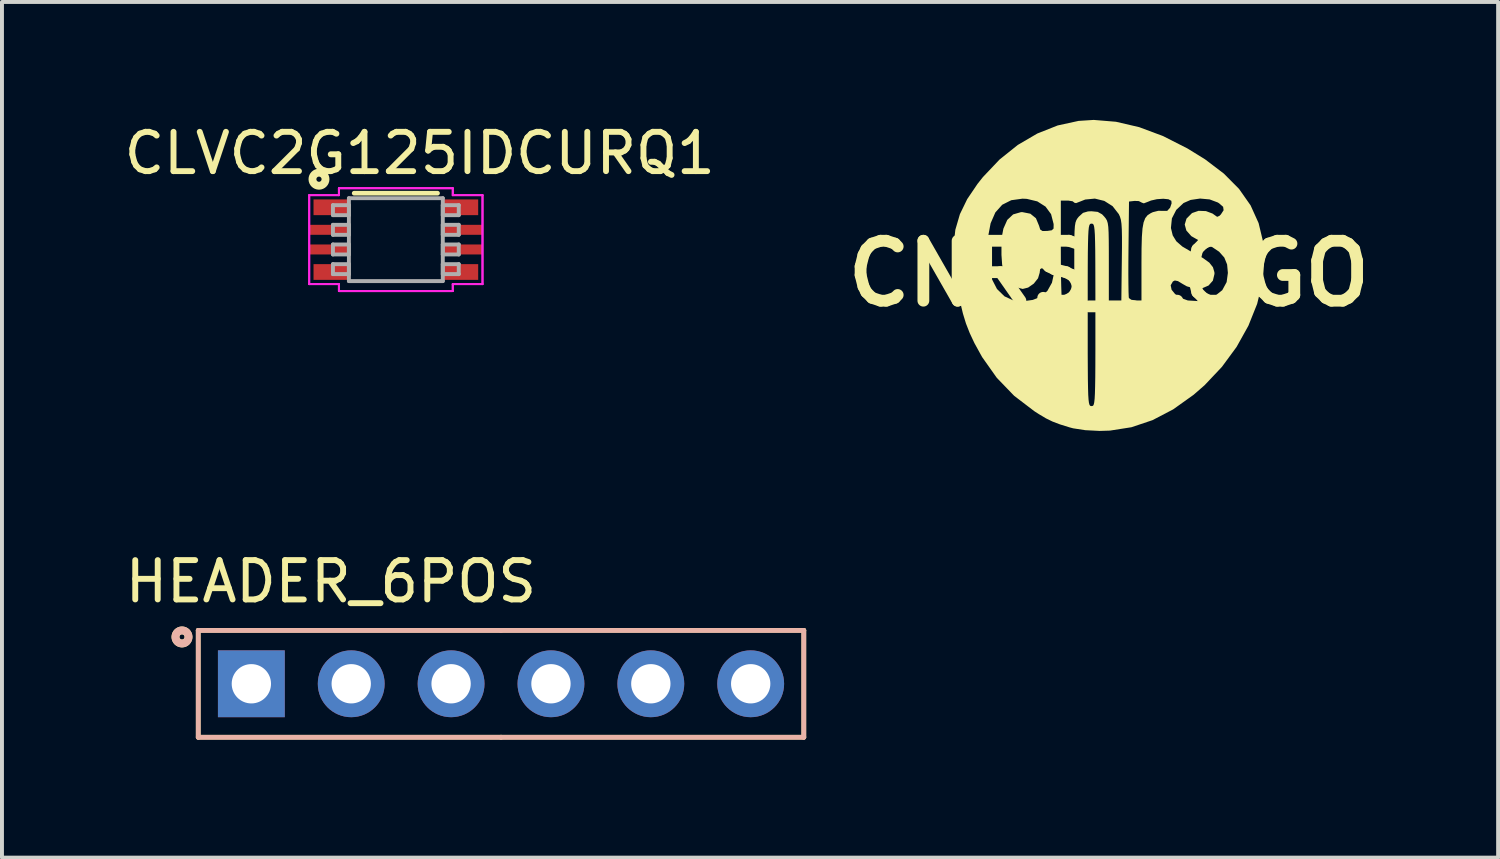
<source format=kicad_pcb>
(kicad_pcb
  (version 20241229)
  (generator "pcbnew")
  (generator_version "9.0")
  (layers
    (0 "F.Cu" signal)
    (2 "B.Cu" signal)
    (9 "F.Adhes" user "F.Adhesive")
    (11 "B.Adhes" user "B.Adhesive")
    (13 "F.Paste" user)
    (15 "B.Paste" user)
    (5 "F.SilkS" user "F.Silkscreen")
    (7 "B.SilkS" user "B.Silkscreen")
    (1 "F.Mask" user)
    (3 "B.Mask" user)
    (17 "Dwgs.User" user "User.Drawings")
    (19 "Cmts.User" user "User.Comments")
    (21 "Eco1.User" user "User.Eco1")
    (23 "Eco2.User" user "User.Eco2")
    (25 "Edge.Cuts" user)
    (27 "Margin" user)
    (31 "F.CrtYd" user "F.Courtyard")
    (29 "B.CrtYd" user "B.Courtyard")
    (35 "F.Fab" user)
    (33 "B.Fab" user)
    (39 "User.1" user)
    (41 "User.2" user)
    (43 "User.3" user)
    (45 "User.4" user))
  (footprint "CLVC2G125IDCURQ1"
    (layer "F.Cu")
    (at 7.018 3.045)
    (property "Reference" "CLVC2G125IDCURQ1" (at 0.607 -2.197 0) (layer "F.SilkS") (effects (font (size 1 1) (thickness 0.15))))
    (attr smd)
    (fp_line (start 1.059 -1.181) (end -1.059 -1.181) (stroke (width 0.12) (type solid)) (layer "F.SilkS"))
    (fp_circle (center -1.955 -1.537) (end -1.889 -1.537) (stroke (width 0.2) (type solid)) (fill no) (layer "F.SilkS"))
    (fp_line (start -2.204 -1.131) (end -1.448 -1.131) (stroke (width 0.05) (type solid)) (layer "F.CrtYd"))
    (fp_line (start -2.204 -1.131) (end -1.448 -1.131) (stroke (width 0.05) (type solid)) (layer "F.CrtYd"))
    (fp_line (start -2.204 1.131) (end -2.204 -1.131) (stroke (width 0.05) (type solid)) (layer "F.CrtYd"))
    (fp_line (start -2.204 1.131) (end -2.204 -1.131) (stroke (width 0.05) (type solid)) (layer "F.CrtYd"))
    (fp_line (start -2.204 1.131) (end -1.448 1.131) (stroke (width 0.05) (type solid)) (layer "F.CrtYd"))
    (fp_line (start -1.448 -1.308) (end 1.448 -1.308) (stroke (width 0.05) (type solid)) (layer "F.CrtYd"))
    (fp_line (start -1.448 -1.308) (end 1.448 -1.308) (stroke (width 0.05) (type solid)) (layer "F.CrtYd"))
    (fp_line (start -1.448 -1.131) (end -1.448 -1.308) (stroke (width 0.05) (type solid)) (layer "F.CrtYd"))
    (fp_line (start -1.448 -1.131) (end -1.448 -1.308) (stroke (width 0.05) (type solid)) (layer "F.CrtYd"))
    (fp_line (start -1.448 1.131) (end -2.204 1.131) (stroke (width 0.05) (type solid)) (layer "F.CrtYd"))
    (fp_line (start -1.448 1.308) (end -1.448 1.131) (stroke (width 0.05) (type solid)) (layer "F.CrtYd"))
    (fp_line (start -1.448 1.308) (end -1.448 1.131) (stroke (width 0.05) (type solid)) (layer "F.CrtYd"))
    (fp_line (start 1.448 -1.308) (end 1.448 -1.131) (stroke (width 0.05) (type solid)) (layer "F.CrtYd"))
    (fp_line (start 1.448 -1.308) (end 1.448 -1.131) (stroke (width 0.05) (type solid)) (layer "F.CrtYd"))
    (fp_line (start 1.448 -1.131) (end 2.204 -1.131) (stroke (width 0.05) (type solid)) (layer "F.CrtYd"))
    (fp_line (start 1.448 1.131) (end 1.448 1.308) (stroke (width 0.05) (type solid)) (layer "F.CrtYd"))
    (fp_line (start 1.448 1.131) (end 1.448 1.308) (stroke (width 0.05) (type solid)) (layer "F.CrtYd"))
    (fp_line (start 1.448 1.308) (end -1.448 1.308) (stroke (width 0.05) (type solid)) (layer "F.CrtYd"))
    (fp_line (start 1.448 1.308) (end -1.448 1.308) (stroke (width 0.05) (type solid)) (layer "F.CrtYd"))
    (fp_line (start 2.204 -1.131) (end 1.448 -1.131) (stroke (width 0.05) (type solid)) (layer "F.CrtYd"))
    (fp_line (start 2.204 -1.131) (end 2.204 1.131) (stroke (width 0.05) (type solid)) (layer "F.CrtYd"))
    (fp_line (start 2.204 -1.131) (end 2.204 1.131) (stroke (width 0.05) (type solid)) (layer "F.CrtYd"))
    (fp_line (start 2.204 1.131) (end 1.448 1.131) (stroke (width 0.05) (type solid)) (layer "F.CrtYd"))
    (fp_line (start 2.204 1.131) (end 1.448 1.131) (stroke (width 0.05) (type solid)) (layer "F.CrtYd"))
    (fp_line (start -1.6 -0.877) (end -1.6 -0.623) (stroke (width 0.1) (type solid)) (layer "F.Fab"))
    (fp_line (start -1.6 -0.623) (end -1.194 -0.623) (stroke (width 0.1) (type solid)) (layer "F.Fab"))
    (fp_line (start -1.6 -0.377) (end -1.6 -0.123) (stroke (width 0.1) (type solid)) (layer "F.Fab"))
    (fp_line (start -1.6 -0.123) (end -1.194 -0.123) (stroke (width 0.1) (type solid)) (layer "F.Fab"))
    (fp_line (start -1.6 0.123) (end -1.6 0.377) (stroke (width 0.1) (type solid)) (layer "F.Fab"))
    (fp_line (start -1.6 0.377) (end -1.194 0.377) (stroke (width 0.1) (type solid)) (layer "F.Fab"))
    (fp_line (start -1.6 0.623) (end -1.6 0.877) (stroke (width 0.1) (type solid)) (layer "F.Fab"))
    (fp_line (start -1.6 0.877) (end -1.194 0.877) (stroke (width 0.1) (type solid)) (layer "F.Fab"))
    (fp_line (start -1.194 -1.054) (end -1.194 1.054) (stroke (width 0.1) (type solid)) (layer "F.Fab"))
    (fp_line (start -1.194 -0.877) (end -1.6 -0.877) (stroke (width 0.1) (type solid)) (layer "F.Fab"))
    (fp_line (start -1.194 -0.623) (end -1.194 -0.877) (stroke (width 0.1) (type solid)) (layer "F.Fab"))
    (fp_line (start -1.194 -0.377) (end -1.6 -0.377) (stroke (width 0.1) (type solid)) (layer "F.Fab"))
    (fp_line (start -1.194 -0.123) (end -1.194 -0.377) (stroke (width 0.1) (type solid)) (layer "F.Fab"))
    (fp_line (start -1.194 0.123) (end -1.6 0.123) (stroke (width 0.1) (type solid)) (layer "F.Fab"))
    (fp_line (start -1.194 0.377) (end -1.194 0.123) (stroke (width 0.1) (type solid)) (layer "F.Fab"))
    (fp_line (start -1.194 0.623) (end -1.6 0.623) (stroke (width 0.1) (type solid)) (layer "F.Fab"))
    (fp_line (start -1.194 0.877) (end -1.194 0.623) (stroke (width 0.1) (type solid)) (layer "F.Fab"))
    (fp_line (start -1.194 1.054) (end 1.194 1.054) (stroke (width 0.1) (type solid)) (layer "F.Fab"))
    (fp_line (start 1.194 -1.054) (end -1.194 -1.054) (stroke (width 0.1) (type solid)) (layer "F.Fab"))
    (fp_line (start 1.194 -0.877) (end 1.194 -0.623) (stroke (width 0.1) (type solid)) (layer "F.Fab"))
    (fp_line (start 1.194 -0.623) (end 1.6 -0.623) (stroke (width 0.1) (type solid)) (layer "F.Fab"))
    (fp_line (start 1.194 -0.377) (end 1.194 -0.123) (stroke (width 0.1) (type solid)) (layer "F.Fab"))
    (fp_line (start 1.194 -0.123) (end 1.6 -0.123) (stroke (width 0.1) (type solid)) (layer "F.Fab"))
    (fp_line (start 1.194 0.123) (end 1.194 0.377) (stroke (width 0.1) (type solid)) (layer "F.Fab"))
    (fp_line (start 1.194 0.377) (end 1.6 0.377) (stroke (width 0.1) (type solid)) (layer "F.Fab"))
    (fp_line (start 1.194 0.623) (end 1.194 0.877) (stroke (width 0.1) (type solid)) (layer "F.Fab"))
    (fp_line (start 1.194 0.877) (end 1.6 0.877) (stroke (width 0.1) (type solid)) (layer "F.Fab"))
    (fp_line (start 1.194 1.054) (end 1.194 -1.054) (stroke (width 0.1) (type solid)) (layer "F.Fab"))
    (fp_line (start 1.6 -0.877) (end 1.194 -0.877) (stroke (width 0.1) (type solid)) (layer "F.Fab"))
    (fp_line (start 1.6 -0.623) (end 1.6 -0.877) (stroke (width 0.1) (type solid)) (layer "F.Fab"))
    (fp_line (start 1.6 -0.377) (end 1.194 -0.377) (stroke (width 0.1) (type solid)) (layer "F.Fab"))
    (fp_line (start 1.6 -0.123) (end 1.6 -0.377) (stroke (width 0.1) (type solid)) (layer "F.Fab"))
    (fp_line (start 1.6 0.123) (end 1.194 0.123) (stroke (width 0.1) (type solid)) (layer "F.Fab"))
    (fp_line (start 1.6 0.377) (end 1.6 0.123) (stroke (width 0.1) (type solid)) (layer "F.Fab"))
    (fp_line (start 1.6 0.623) (end 1.194 0.623) (stroke (width 0.1) (type solid)) (layer "F.Fab"))
    (fp_line (start 1.6 0.877) (end 1.6 0.623) (stroke (width 0.1) (type solid)) (layer "F.Fab"))
    (pad "1" smd rect (at -1.644 -0.823) (size 0.9 0.4) (layers "F.Cu" "F.Mask" "F.Paste"))
    (pad "2" smd rect (at -1.694 -0.25) (size 1 0.254) (layers "F.Cu" "F.Mask" "F.Paste"))
    (pad "3" smd rect (at -1.694 0.25) (size 1 0.254) (layers "F.Cu" "F.Mask" "F.Paste"))
    (pad "4" smd rect (at -1.644 0.823) (size 0.9 0.4) (layers "F.Cu" "F.Mask" "F.Paste"))
    (pad "5" smd rect (at 1.644 0.823) (size 0.9 0.4) (layers "F.Cu" "F.Mask" "F.Paste"))
    (pad "6" smd rect (at 1.694 0.25) (size 1 0.254) (layers "F.Cu" "F.Mask" "F.Paste"))
    (pad "7" smd rect (at 1.694 -0.25) (size 1 0.254) (layers "F.Cu" "F.Mask" "F.Paste"))
    (pad "8" smd rect (at 1.644 -0.823) (size 0.9 0.4) (layers "F.Cu" "F.Mask" "F.Paste")))
  (footprint "HEADER_6POS"
    (layer "F.Cu")
    (at 9.693 14.341)
    (property "Reference" "HEADER_6POS" (at 0.986 -3.185 0) (layer "F.SilkS") (effects (font (size 1 1) (thickness 0.15)) (justify right top)))
    (attr through_hole)
    (fp_line (start -7.701 1.359) (end -7.701 -1.359) (stroke (width 0.12) (type solid)) (layer "F.SilkS"))
    (fp_line (start 0 -1.359) (end -7.701 -1.359) (stroke (width 0.12) (type solid)) (layer "F.SilkS"))
    (fp_line (start 0 -1.359) (end 7.701 -1.359) (stroke (width 0.12) (type solid)) (layer "F.SilkS"))
    (fp_line (start 0 1.359) (end -7.701 1.359) (stroke (width 0.12) (type solid)) (layer "F.SilkS"))
    (fp_line (start 0 1.359) (end 7.701 1.359) (stroke (width 0.12) (type solid)) (layer "F.SilkS"))
    (fp_line (start 7.701 1.359) (end 7.701 -1.359) (stroke (width 0.12) (type solid)) (layer "F.SilkS"))
    (fp_circle (center -8.115 -1.191) (end -8.049 -1.191) (stroke (width 0.2) (type solid)) (fill no) (layer "F.SilkS"))
    (fp_line (start -7.701 1.361) (end -7.701 -1.356) (stroke (width 0.12) (type solid)) (layer "B.SilkS"))
    (fp_line (start 0 -1.356) (end -7.701 -1.356) (stroke (width 0.12) (type solid)) (layer "B.SilkS"))
    (fp_line (start 0 -1.356) (end 7.701 -1.356) (stroke (width 0.12) (type solid)) (layer "B.SilkS"))
    (fp_line (start 0 1.361) (end -7.701 1.361) (stroke (width 0.12) (type solid)) (layer "B.SilkS"))
    (fp_line (start 0 1.361) (end 7.701 1.361) (stroke (width 0.12) (type solid)) (layer "B.SilkS"))
    (fp_line (start 7.701 1.361) (end 7.701 -1.356) (stroke (width 0.12) (type solid)) (layer "B.SilkS"))
    (fp_circle (center -8.113 -1.191) (end -8.047 -1.191) (stroke (width 0.2) (type solid)) (fill no) (layer "B.SilkS"))
    (pad "1" thru_hole rect (at -6.35 0 90) (size 1.7 1.7) (drill 1) (layers "*.Cu" "*.Mask"))
    (pad "2" thru_hole circle (at -3.81 0 90) (size 1.7 1.7) (drill 1) (layers "*.Cu" "*.Mask"))
    (pad "3" thru_hole circle (at -1.27 0 90) (size 1.7 1.7) (drill 1) (layers "*.Cu" "*.Mask"))
    (pad "4" thru_hole circle (at 1.27 0 90) (size 1.7 1.7) (drill 1) (layers "*.Cu" "*.Mask"))
    (pad "5" thru_hole circle (at 3.81 0 90) (size 1.7 1.7) (drill 1) (layers "*.Cu" "*.Mask"))
    (pad "6" thru_hole circle (at 6.35 0 90) (size 1.7 1.7) (drill 1) (layers "*.Cu" "*.Mask")))
  (footprint "CNRS_LOGO"
    (layer "F.Cu")
    (at 25.152 3.908)
    (property "Reference" "CNRS_LOGO" (at 0 0 0) (layer "F.SilkS") (effects (font (size 1.524 1.524) (thickness 0.3))))
    (attr board_only exclude_from_pos_files exclude_from_bom)
    (fp_poly (pts (xy 0.182 -3.861) (xy 0.772 -3.724) (xy 1.38 -3.497) (xy 2 -3.182) (xy 2.447 -2.906) (xy 2.925 -2.543) (xy 3.311 -2.154) (xy 3.605 -1.735) (xy 3.809 -1.284) (xy 3.926 -0.797) (xy 3.957 -0.354) (xy 3.909 0.207) (xy 3.772 0.771) (xy 3.549 1.328) (xy 3.249 1.866) (xy 2.876 2.373) (xy 2.436 2.839) (xy 2.156 3.083) (xy 1.636 3.454) (xy 1.111 3.728) (xy 0.576 3.908) (xy 0.028 3.994) (xy -0.237 4.002) (xy -0.6 3.983) (xy -0.907 3.936) (xy -1.001 3.911) (xy -1.245 3.835) (xy -1.432 3.764) (xy -1.6 3.682) (xy -1.786 3.571) (xy -1.897 3.499) (xy -2.408 3.109) (xy -2.85 2.651) (xy -3.224 2.122) (xy -3.418 1.77) (xy -3.538 1.514) (xy -3.634 1.269) (xy -3.701 1.05) (xy -0.537 1.05) (xy -0.537 1.586) (xy -0.537 2.032) (xy -0.535 2.397) (xy -0.533 2.689) (xy -0.529 2.915) (xy -0.524 3.085) (xy -0.516 3.206) (xy -0.506 3.287) (xy -0.493 3.336) (xy -0.477 3.361) (xy -0.457 3.369) (xy -0.44 3.37) (xy -0.417 3.368) (xy -0.398 3.357) (xy -0.383 3.327) (xy -0.371 3.272) (xy -0.361 3.182) (xy -0.354 3.05) (xy -0.349 2.868) (xy -0.345 2.627) (xy -0.343 2.319) (xy -0.342 1.936) (xy -0.342 1.47) (xy -0.342 1.05) (xy -0.342 0.515) (xy -0.343 0.068) (xy -0.344 -0.296) (xy -0.346 -0.588) (xy -0.35 -0.815) (xy -0.355 -0.985) (xy -0.363 -1.106) (xy -0.373 -1.187) (xy -0.386 -1.236) (xy -0.402 -1.26) (xy -0.422 -1.269) (xy -0.44 -1.27) (xy -0.462 -1.268) (xy -0.481 -1.256) (xy -0.496 -1.227) (xy -0.509 -1.171) (xy -0.518 -1.082) (xy -0.525 -0.95) (xy -0.53 -0.768) (xy -0.534 -0.527) (xy -0.536 -0.219) (xy -0.537 0.164) (xy -0.537 0.63) (xy -0.537 1.05) (xy -3.701 1.05) (xy -3.713 1.009) (xy -3.785 0.708) (xy -3.857 0.337) (xy -3.86 0.321) (xy -3.935 -0.215) (xy -3.949 -0.635) (xy -3.088 -0.635) (xy -3.064 -0.217) (xy -2.982 0.126) (xy -2.845 0.392) (xy -2.654 0.579) (xy -2.442 0.677) (xy -2.197 0.706) (xy -1.935 0.67) (xy -1.736 0.592) (xy -1.564 0.442) (xy -1.447 0.233) (xy -1.406 0.047) (xy -1.404 -0.064) (xy -1.439 -0.115) (xy -1.539 -0.134) (xy -1.575 -0.137) (xy -1.695 -0.141) (xy -1.747 -0.113) (xy -1.758 -0.035) (xy -1.758 -0.024) (xy -1.801 0.12) (xy -1.909 0.256) (xy -2.053 0.356) (xy -2.191 0.391) (xy -2.363 0.346) (xy -2.522 0.226) (xy -2.642 0.052) (xy -2.678 -0.039) (xy -2.714 -0.23) (xy -2.731 -0.477) (xy -2.731 -0.594) (xy -1.221 -0.594) (xy -1.22 -0.253) (xy -1.217 0.057) (xy -1.211 0.32) (xy -1.204 0.524) (xy -1.196 0.655) (xy -1.189 0.7) (xy -1.12 0.724) (xy -1.018 0.733) (xy -0.879 0.733) (xy -0.879 -0.29) (xy -0.879 -0.631) (xy -0.877 -0.889) (xy -0.872 -1.077) (xy -0.863 -1.209) (xy -0.848 -1.299) (xy -0.825 -1.361) (xy -0.795 -1.41) (xy -0.762 -1.449) (xy -0.657 -1.544) (xy -0.53 -1.581) (xy -0.44 -1.585) (xy -0.283 -1.569) (xy -0.172 -1.507) (xy -0.117 -1.449) (xy -0.078 -1.401) (xy -0.049 -1.351) (xy -0.028 -1.284) (xy -0.014 -1.187) (xy -0.006 -1.046) (xy -0.002 -0.846) (xy -0.000183 -0.574) (xy 0 -0.287) (xy 0 0.739) (xy 0.159 0.724) (xy 0.318 0.708) (xy 0.326 0.002) (xy 0.496 0.002) (xy 0.498 0.26) (xy 0.501 0.459) (xy 0.506 0.585) (xy 0.51 0.622) (xy 0.571 0.666) (xy 0.682 0.684) (xy 0.83 0.684) (xy 0.83 0.298) (xy 1.573 0.298) (xy 1.596 0.411) (xy 1.688 0.524) (xy 1.834 0.621) (xy 2.009 0.684) (xy 2.288 0.701) (xy 2.573 0.631) (xy 2.691 0.576) (xy 2.885 0.422) (xy 2.996 0.217) (xy 3.028 -0.017) (xy 3.008 -0.232) (xy 2.937 -0.407) (xy 2.805 -0.556) (xy 2.6 -0.693) (xy 2.311 -0.831) (xy 2.306 -0.833) (xy 2.098 -0.952) (xy 1.972 -1.095) (xy 1.93 -1.247) (xy 1.975 -1.397) (xy 2.111 -1.534) (xy 2.124 -1.542) (xy 2.283 -1.596) (xy 2.47 -1.589) (xy 2.638 -1.526) (xy 2.685 -1.492) (xy 2.755 -1.443) (xy 2.813 -1.468) (xy 2.85 -1.505) (xy 2.919 -1.611) (xy 2.907 -1.698) (xy 2.806 -1.786) (xy 2.772 -1.808) (xy 2.564 -1.886) (xy 2.32 -1.908) (xy 2.08 -1.873) (xy 1.9 -1.794) (xy 1.715 -1.62) (xy 1.604 -1.404) (xy 1.58 -1.169) (xy 1.581 -1.152) (xy 1.625 -0.971) (xy 1.716 -0.822) (xy 1.869 -0.688) (xy 2.1 -0.553) (xy 2.151 -0.527) (xy 2.394 -0.395) (xy 2.556 -0.278) (xy 2.648 -0.161) (xy 2.685 -0.034) (xy 2.687 0.008) (xy 2.646 0.18) (xy 2.536 0.304) (xy 2.376 0.373) (xy 2.186 0.382) (xy 1.985 0.325) (xy 1.882 0.267) (xy 1.758 0.192) (xy 1.679 0.176) (xy 1.629 0.201) (xy 1.573 0.298) (xy 0.83 0.298) (xy 0.83 -0.271) (xy 0.832 -0.643) (xy 0.84 -0.931) (xy 0.856 -1.146) (xy 0.884 -1.301) (xy 0.926 -1.41) (xy 0.985 -1.484) (xy 1.065 -1.536) (xy 1.12 -1.562) (xy 1.261 -1.597) (xy 1.383 -1.594) (xy 1.485 -1.595) (xy 1.557 -1.674) (xy 1.561 -1.682) (xy 1.596 -1.786) (xy 1.59 -1.851) (xy 1.517 -1.89) (xy 1.384 -1.903) (xy 1.224 -1.892) (xy 1.072 -1.858) (xy 1.005 -1.83) (xy 0.89 -1.786) (xy 0.831 -1.807) (xy 0.829 -1.81) (xy 0.761 -1.844) (xy 0.654 -1.848) (xy 0.513 -1.832) (xy 0.5 -0.636) (xy 0.497 -0.302) (xy 0.496 0.002) (xy 0.326 0.002) (xy 0.33 -0.318) (xy 0.334 -0.665) (xy 0.334 -0.93) (xy 0.33 -1.126) (xy 0.321 -1.268) (xy 0.306 -1.37) (xy 0.283 -1.447) (xy 0.253 -1.513) (xy 0.252 -1.514) (xy 0.095 -1.715) (xy -0.115 -1.848) (xy -0.355 -1.907) (xy -0.601 -1.883) (xy -0.735 -1.83) (xy -0.834 -1.792) (xy -0.879 -1.802) (xy -0.879 -1.806) (xy -0.922 -1.839) (xy -1.028 -1.856) (xy -1.05 -1.856) (xy -1.221 -1.856) (xy -1.221 -0.594) (xy -2.731 -0.594) (xy -2.731 -0.742) (xy -2.712 -0.986) (xy -2.682 -1.142) (xy -2.583 -1.365) (xy -2.434 -1.505) (xy -2.236 -1.562) (xy -2.2 -1.563) (xy -1.997 -1.523) (xy -1.854 -1.407) (xy -1.775 -1.217) (xy -1.775 -1.217) (xy -1.745 -1.12) (xy -1.688 -1.083) (xy -1.569 -1.084) (xy -1.569 -1.084) (xy -1.452 -1.101) (xy -1.406 -1.144) (xy -1.404 -1.245) (xy -1.406 -1.266) (xy -1.469 -1.511) (xy -1.61 -1.703) (xy -1.819 -1.836) (xy -2.086 -1.9) (xy -2.196 -1.905) (xy -2.482 -1.866) (xy -2.712 -1.75) (xy -2.887 -1.554) (xy -3.007 -1.279) (xy -3.074 -0.923) (xy -3.088 -0.635) (xy -3.949 -0.635) (xy -3.951 -0.688) (xy -3.904 -1.114) (xy -3.788 -1.511) (xy -3.602 -1.894) (xy -3.34 -2.281) (xy -3.203 -2.454) (xy -2.779 -2.901) (xy -2.315 -3.272) (xy -1.819 -3.562) (xy -1.302 -3.767) (xy -0.77 -3.883) (xy -0.385 -3.908)) (stroke (width 0) (type solid)) (fill yes) (layer "F.SilkS")))
  (gr_rect
    (start -3 -3)
    (end 35.053 18.763)
    (stroke (width 0.1) (type default))
    (fill no)
    (layer "Edge.Cuts")))
</source>
